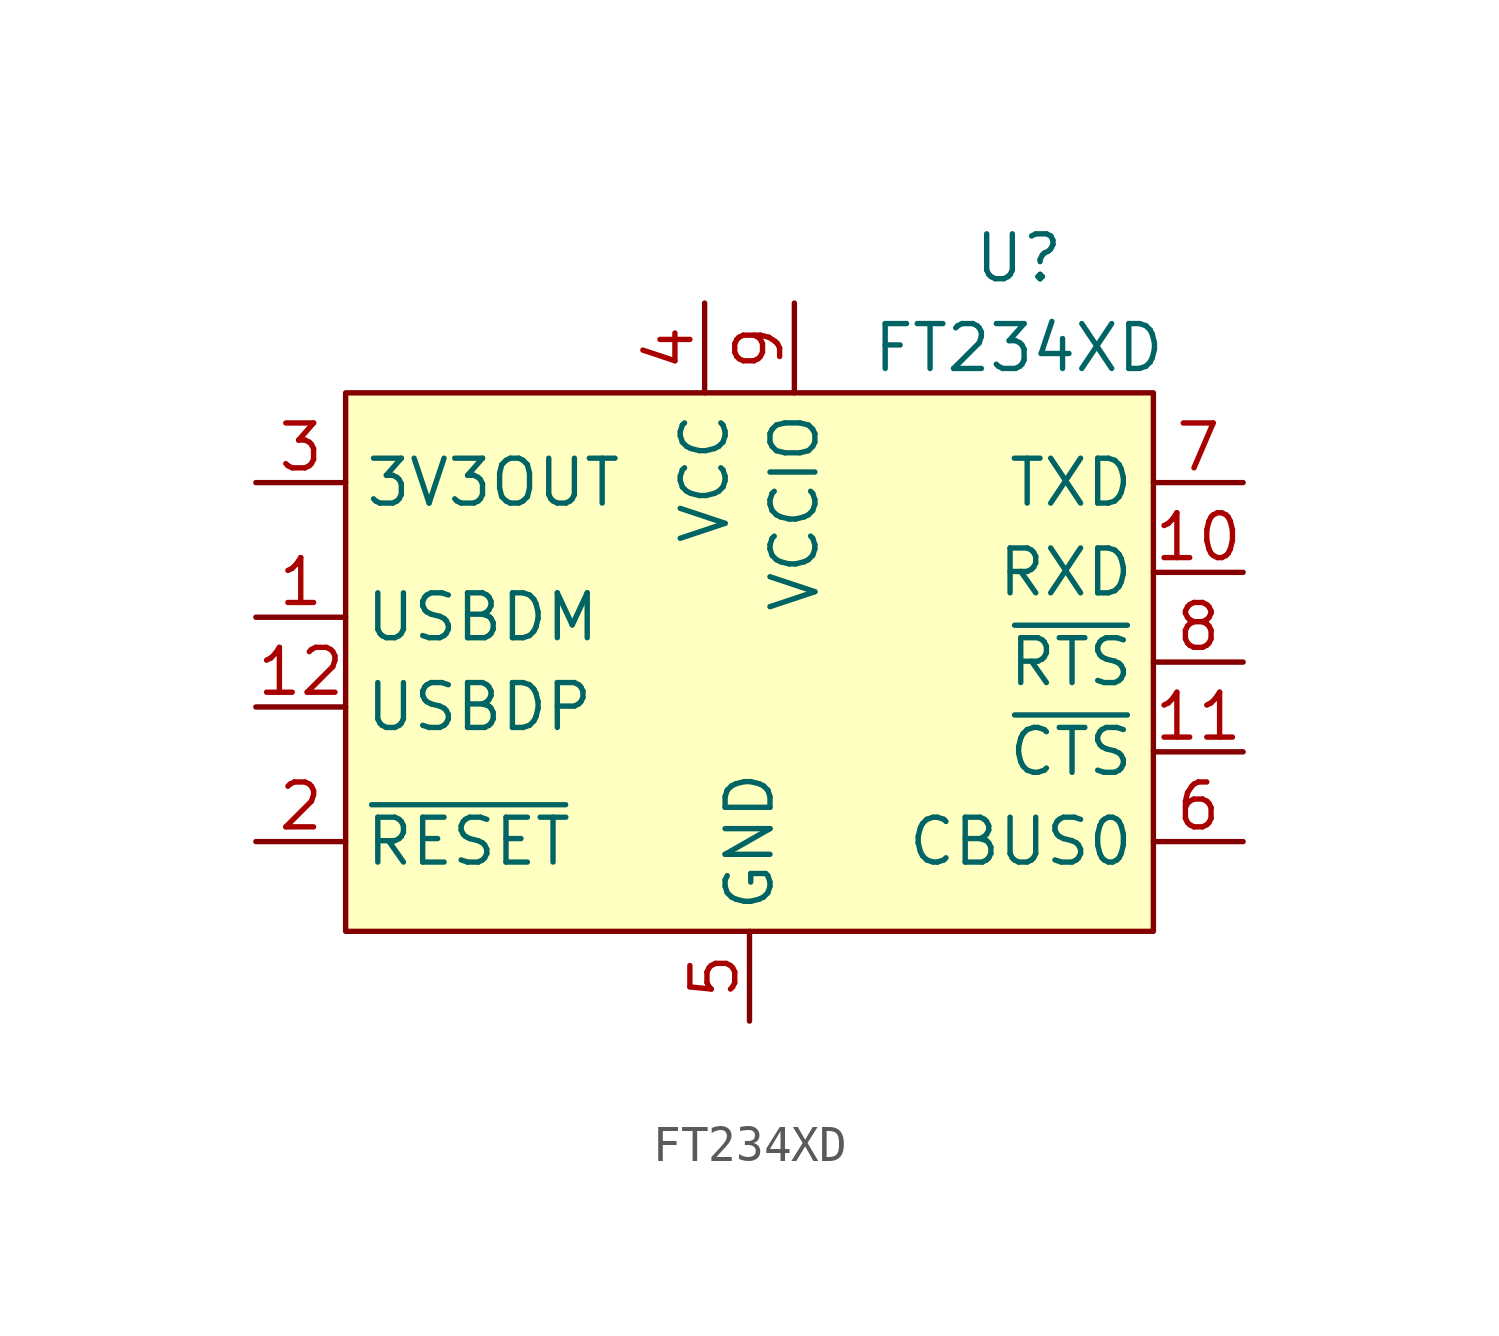
<source format=kicad_sym>
(kicad_symbol_lib
  (version 20211014)
  (generator kicad_symbol_editor)
  (symbol "FT234XD"
    (property "Reference" "U"
      (at 7.62 11.43 0)
      (effects (font (size 1.27 1.27))))
    (property "Value" "FT234XD"
      (at 7.62 8.89 0)
      (effects (font (size 1.27 1.27))))
    (symbol "FT234XD_0_1"
      (rectangle (start -11.43 7.62) (end 11.43 -7.62) (stroke (width 0) (type default) (color 0 0 0 0)) (fill (type background))))
    (symbol "FT234XD_1_1"
      (pin bidirectional line (at -13.97 1.27 0) (length 2.54) (name "USBDM" (effects (font (size 1.27 1.27)))) (number "1" (effects (font (size 1.27 1.27)))))
      (pin input line (at 13.97 2.54 180) (length 2.54) (name "RXD" (effects (font (size 1.27 1.27)))) (number "10" (effects (font (size 1.27 1.27)))))
      (pin input line (at 13.97 -2.54 180) (length 2.54) (name "~{CTS}" (effects (font (size 1.27 1.27)))) (number "11" (effects (font (size 1.27 1.27)))))
      (pin bidirectional line (at -13.97 -1.27 0) (length 2.54) (name "USBDP" (effects (font (size 1.27 1.27)))) (number "12" (effects (font (size 1.27 1.27)))))
      (pin input line (at -13.97 -5.08 0) (length 2.54) (name "~{RESET}" (effects (font (size 1.27 1.27)))) (number "2" (effects (font (size 1.27 1.27)))))
      (pin power_in line (at -13.97 5.08 0) (length 2.54) (name "3V3OUT" (effects (font (size 1.27 1.27)))) (number "3" (effects (font (size 1.27 1.27)))))
      (pin power_in line (at -1.27 10.16 270) (length 2.54) (name "VCC" (effects (font (size 1.27 1.27)))) (number "4" (effects (font (size 1.27 1.27)))))
      (pin power_in line (at 0 -10.16 90) (length 2.54) (name "GND" (effects (font (size 1.27 1.27)))) (number "5" (effects (font (size 1.27 1.27)))))
      (pin bidirectional line (at 13.97 -5.08 180) (length 2.54) (name "CBUS0" (effects (font (size 1.27 1.27)))) (number "6" (effects (font (size 1.27 1.27)))))
      (pin output line (at 13.97 5.08 180) (length 2.54) (name "TXD" (effects (font (size 1.27 1.27)))) (number "7" (effects (font (size 1.27 1.27)))))
      (pin output line (at 13.97 0 180) (length 2.54) (name "~{RTS}" (effects (font (size 1.27 1.27)))) (number "8" (effects (font (size 1.27 1.27)))))
      (pin power_in line (at 1.27 10.16 270) (length 2.54) (name "VCCIO" (effects (font (size 1.27 1.27)))) (number "9" (effects (font (size 1.27 1.27))))))))
</source>
